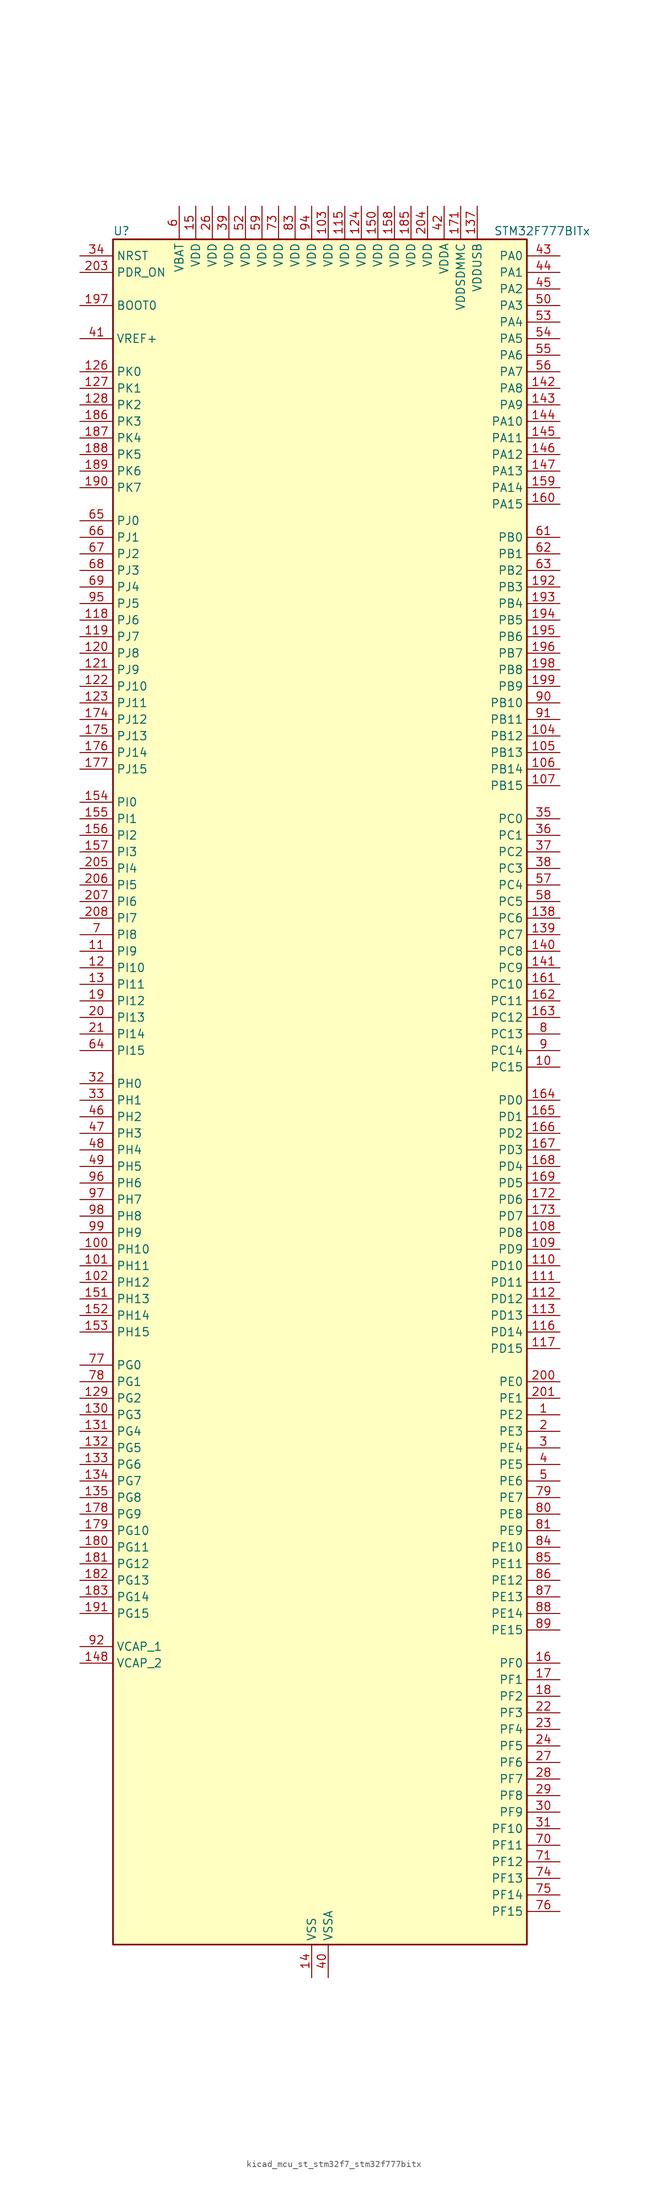
<source format=kicad_sym>
(kicad_symbol_lib
  (version 20220914)
  (generator kicad_symbol_editor)
  (symbol "kicad_mcu_st_stm32f7_stm32f777bitx"
    (property "Reference" "U"
      (at -30.48 133.35 0)
      (effects (font (size 1.27 1.27)) (justify left)))
    (property "Value" "STM32F777BITx"
      (at 27.94 133.35 0)
      (effects (font (size 1.27 1.27)) (justify left)))
    (property "ki_locked" ""
      (at 0 0 0)
      (effects (font (size 1.27 1.27))))
    (symbol "kicad_mcu_st_stm32f7_stm32f777bitx_0_1"
      (rectangle (start -30.48 -129.54) (end 33.02 132.08) (stroke (width 0.254) (type default)) (fill (type background))))
    (symbol "kicad_mcu_st_stm32f7_stm32f777bitx_1_1"
      (pin bidirectional line (at 38.1 -48.26 180) (length 5.08) (name "PE2" (effects (font (size 1.27 1.27)))) (number "1" (effects (font (size 1.27 1.27)))) (alternate "ETH_TXD3" bidirectional line) (alternate "FMC_A23" bidirectional line) (alternate "QUADSPI_BK1_IO2" bidirectional line) (alternate "SAI1_MCLK_A" bidirectional line) (alternate "SPI4_SCK" bidirectional line) (alternate "SYS_TRACECLK" bidirectional line))
      (pin bidirectional line (at 38.1 5.08 180) (length 5.08) (name "PC15" (effects (font (size 1.27 1.27)))) (number "10" (effects (font (size 1.27 1.27)))) (alternate "RCC_OSC32_OUT" bidirectional line))
      (pin bidirectional line (at -35.56 -22.86 0) (length 5.08) (name "PH10" (effects (font (size 1.27 1.27)))) (number "100" (effects (font (size 1.27 1.27)))) (alternate "DCMI_D1" bidirectional line) (alternate "FMC_D18" bidirectional line) (alternate "I2C4_SMBA" bidirectional line) (alternate "LTDC_R4" bidirectional line) (alternate "TIM5_CH1" bidirectional line))
      (pin bidirectional line (at -35.56 -25.4 0) (length 5.08) (name "PH11" (effects (font (size 1.27 1.27)))) (number "101" (effects (font (size 1.27 1.27)))) (alternate "ADC1_EXTI11" bidirectional line) (alternate "ADC2_EXTI11" bidirectional line) (alternate "ADC3_EXTI11" bidirectional line) (alternate "DCMI_D2" bidirectional line) (alternate "FMC_D19" bidirectional line) (alternate "I2C4_SCL" bidirectional line) (alternate "LTDC_R5" bidirectional line) (alternate "TIM5_CH2" bidirectional line))
      (pin bidirectional line (at -35.56 -27.94 0) (length 5.08) (name "PH12" (effects (font (size 1.27 1.27)))) (number "102" (effects (font (size 1.27 1.27)))) (alternate "DCMI_D3" bidirectional line) (alternate "FMC_D20" bidirectional line) (alternate "I2C4_SDA" bidirectional line) (alternate "LTDC_R6" bidirectional line) (alternate "TIM5_CH3" bidirectional line))
      (pin power_in line (at 2.54 137.16 270) (length 5.08) (name "VDD" (effects (font (size 1.27 1.27)))) (number "103" (effects (font (size 1.27 1.27)))))
      (pin bidirectional line (at 38.1 55.88 180) (length 5.08) (name "PB12" (effects (font (size 1.27 1.27)))) (number "104" (effects (font (size 1.27 1.27)))) (alternate "CAN2_RX" bidirectional line) (alternate "DFSDM1_DATIN1" bidirectional line) (alternate "ETH_TXD0" bidirectional line) (alternate "I2C2_SMBA" bidirectional line) (alternate "I2S2_WS" bidirectional line) (alternate "SPI2_NSS" bidirectional line) (alternate "TIM1_BKIN" bidirectional line) (alternate "UART5_RX" bidirectional line) (alternate "USART3_CK" bidirectional line) (alternate "USB_OTG_HS_ID" bidirectional line) (alternate "USB_OTG_HS_ULPI_D5" bidirectional line))
      (pin bidirectional line (at 38.1 53.34 180) (length 5.08) (name "PB13" (effects (font (size 1.27 1.27)))) (number "105" (effects (font (size 1.27 1.27)))) (alternate "CAN2_TX" bidirectional line) (alternate "DFSDM1_CKIN1" bidirectional line) (alternate "ETH_TXD1" bidirectional line) (alternate "I2S2_CK" bidirectional line) (alternate "SPI2_SCK" bidirectional line) (alternate "TIM1_CH1N" bidirectional line) (alternate "UART5_TX" bidirectional line) (alternate "USART3_CTS" bidirectional line) (alternate "USB_OTG_HS_ULPI_D6" bidirectional line) (alternate "USB_OTG_HS_VBUS" bidirectional line))
      (pin bidirectional line (at 38.1 50.8 180) (length 5.08) (name "PB14" (effects (font (size 1.27 1.27)))) (number "106" (effects (font (size 1.27 1.27)))) (alternate "DFSDM1_DATIN2" bidirectional line) (alternate "SDMMC2_D0" bidirectional line) (alternate "SPI2_MISO" bidirectional line) (alternate "TIM12_CH1" bidirectional line) (alternate "TIM1_CH2N" bidirectional line) (alternate "TIM8_CH2N" bidirectional line) (alternate "UART4_DE" bidirectional line) (alternate "UART4_RTS" bidirectional line) (alternate "USART1_TX" bidirectional line) (alternate "USART3_DE" bidirectional line) (alternate "USART3_RTS" bidirectional line) (alternate "USB_OTG_HS_DM" bidirectional line))
      (pin bidirectional line (at 38.1 48.26 180) (length 5.08) (name "PB15" (effects (font (size 1.27 1.27)))) (number "107" (effects (font (size 1.27 1.27)))) (alternate "DFSDM1_CKIN2" bidirectional line) (alternate "I2S2_SD" bidirectional line) (alternate "RTC_REFIN" bidirectional line) (alternate "SDMMC2_D1" bidirectional line) (alternate "SPI2_MOSI" bidirectional line) (alternate "TIM12_CH2" bidirectional line) (alternate "TIM1_CH3N" bidirectional line) (alternate "TIM8_CH3N" bidirectional line) (alternate "UART4_CTS" bidirectional line) (alternate "USART1_RX" bidirectional line) (alternate "USB_OTG_HS_DP" bidirectional line))
      (pin bidirectional line (at 38.1 -20.32 180) (length 5.08) (name "PD8" (effects (font (size 1.27 1.27)))) (number "108" (effects (font (size 1.27 1.27)))) (alternate "DFSDM1_CKIN3" bidirectional line) (alternate "FMC_D13" bidirectional line) (alternate "FMC_DA13" bidirectional line) (alternate "SPDIFRX_IN1" bidirectional line) (alternate "USART3_TX" bidirectional line))
      (pin bidirectional line (at 38.1 -22.86 180) (length 5.08) (name "PD9" (effects (font (size 1.27 1.27)))) (number "109" (effects (font (size 1.27 1.27)))) (alternate "DAC_EXTI9" bidirectional line) (alternate "DFSDM1_DATIN3" bidirectional line) (alternate "FMC_D14" bidirectional line) (alternate "FMC_DA14" bidirectional line) (alternate "USART3_RX" bidirectional line))
      (pin bidirectional line (at -35.56 22.86 0) (length 5.08) (name "PI9" (effects (font (size 1.27 1.27)))) (number "11" (effects (font (size 1.27 1.27)))) (alternate "CAN1_RX" bidirectional line) (alternate "DAC_EXTI9" bidirectional line) (alternate "FMC_D30" bidirectional line) (alternate "LTDC_VSYNC" bidirectional line) (alternate "UART4_RX" bidirectional line))
      (pin bidirectional line (at 38.1 -25.4 180) (length 5.08) (name "PD10" (effects (font (size 1.27 1.27)))) (number "110" (effects (font (size 1.27 1.27)))) (alternate "DFSDM1_CKOUT" bidirectional line) (alternate "FMC_D15" bidirectional line) (alternate "FMC_DA15" bidirectional line) (alternate "LTDC_B3" bidirectional line) (alternate "USART3_CK" bidirectional line))
      (pin bidirectional line (at 38.1 -27.94 180) (length 5.08) (name "PD11" (effects (font (size 1.27 1.27)))) (number "111" (effects (font (size 1.27 1.27)))) (alternate "ADC1_EXTI11" bidirectional line) (alternate "ADC2_EXTI11" bidirectional line) (alternate "ADC3_EXTI11" bidirectional line) (alternate "FMC_A16" bidirectional line) (alternate "FMC_CLE" bidirectional line) (alternate "I2C4_SMBA" bidirectional line) (alternate "QUADSPI_BK1_IO0" bidirectional line) (alternate "SAI2_SD_A" bidirectional line) (alternate "USART3_CTS" bidirectional line))
      (pin bidirectional line (at 38.1 -30.48 180) (length 5.08) (name "PD12" (effects (font (size 1.27 1.27)))) (number "112" (effects (font (size 1.27 1.27)))) (alternate "FMC_A17" bidirectional line) (alternate "FMC_ALE" bidirectional line) (alternate "I2C4_SCL" bidirectional line) (alternate "LPTIM1_IN1" bidirectional line) (alternate "QUADSPI_BK1_IO1" bidirectional line) (alternate "SAI2_FS_A" bidirectional line) (alternate "TIM4_CH1" bidirectional line) (alternate "USART3_DE" bidirectional line) (alternate "USART3_RTS" bidirectional line))
      (pin bidirectional line (at 38.1 -33.02 180) (length 5.08) (name "PD13" (effects (font (size 1.27 1.27)))) (number "113" (effects (font (size 1.27 1.27)))) (alternate "FMC_A18" bidirectional line) (alternate "I2C4_SDA" bidirectional line) (alternate "LPTIM1_OUT" bidirectional line) (alternate "QUADSPI_BK1_IO3" bidirectional line) (alternate "SAI2_SCK_A" bidirectional line) (alternate "TIM4_CH2" bidirectional line))
      (pin passive line (at 0 -134.62 90) (length 5.08) hide (name "VSS" (effects (font (size 1.27 1.27)))) (number "114" (effects (font (size 1.27 1.27)))))
      (pin power_in line (at 5.08 137.16 270) (length 5.08) (name "VDD" (effects (font (size 1.27 1.27)))) (number "115" (effects (font (size 1.27 1.27)))))
      (pin bidirectional line (at 38.1 -35.56 180) (length 5.08) (name "PD14" (effects (font (size 1.27 1.27)))) (number "116" (effects (font (size 1.27 1.27)))) (alternate "FMC_D0" bidirectional line) (alternate "FMC_DA0" bidirectional line) (alternate "TIM4_CH3" bidirectional line) (alternate "UART8_CTS" bidirectional line))
      (pin bidirectional line (at 38.1 -38.1 180) (length 5.08) (name "PD15" (effects (font (size 1.27 1.27)))) (number "117" (effects (font (size 1.27 1.27)))) (alternate "FMC_D1" bidirectional line) (alternate "FMC_DA1" bidirectional line) (alternate "TIM4_CH4" bidirectional line) (alternate "UART8_DE" bidirectional line) (alternate "UART8_RTS" bidirectional line))
      (pin bidirectional line (at -35.56 73.66 0) (length 5.08) (name "PJ6" (effects (font (size 1.27 1.27)))) (number "118" (effects (font (size 1.27 1.27)))) (alternate "LTDC_R7" bidirectional line))
      (pin bidirectional line (at -35.56 71.12 0) (length 5.08) (name "PJ7" (effects (font (size 1.27 1.27)))) (number "119" (effects (font (size 1.27 1.27)))) (alternate "LTDC_G0" bidirectional line))
      (pin bidirectional line (at -35.56 20.32 0) (length 5.08) (name "PI10" (effects (font (size 1.27 1.27)))) (number "12" (effects (font (size 1.27 1.27)))) (alternate "ETH_RX_ER" bidirectional line) (alternate "FMC_D31" bidirectional line) (alternate "LTDC_HSYNC" bidirectional line))
      (pin bidirectional line (at -35.56 68.58 0) (length 5.08) (name "PJ8" (effects (font (size 1.27 1.27)))) (number "120" (effects (font (size 1.27 1.27)))) (alternate "LTDC_G1" bidirectional line))
      (pin bidirectional line (at -35.56 66.04 0) (length 5.08) (name "PJ9" (effects (font (size 1.27 1.27)))) (number "121" (effects (font (size 1.27 1.27)))) (alternate "DAC_EXTI9" bidirectional line) (alternate "LTDC_G2" bidirectional line))
      (pin bidirectional line (at -35.56 63.5 0) (length 5.08) (name "PJ10" (effects (font (size 1.27 1.27)))) (number "122" (effects (font (size 1.27 1.27)))) (alternate "LTDC_G3" bidirectional line))
      (pin bidirectional line (at -35.56 60.96 0) (length 5.08) (name "PJ11" (effects (font (size 1.27 1.27)))) (number "123" (effects (font (size 1.27 1.27)))) (alternate "ADC1_EXTI11" bidirectional line) (alternate "ADC2_EXTI11" bidirectional line) (alternate "ADC3_EXTI11" bidirectional line) (alternate "LTDC_G4" bidirectional line))
      (pin power_in line (at 7.62 137.16 270) (length 5.08) (name "VDD" (effects (font (size 1.27 1.27)))) (number "124" (effects (font (size 1.27 1.27)))))
      (pin passive line (at 0 -134.62 90) (length 5.08) hide (name "VSS" (effects (font (size 1.27 1.27)))) (number "125" (effects (font (size 1.27 1.27)))))
      (pin bidirectional line (at -35.56 111.76 0) (length 5.08) (name "PK0" (effects (font (size 1.27 1.27)))) (number "126" (effects (font (size 1.27 1.27)))) (alternate "LTDC_G5" bidirectional line))
      (pin bidirectional line (at -35.56 109.22 0) (length 5.08) (name "PK1" (effects (font (size 1.27 1.27)))) (number "127" (effects (font (size 1.27 1.27)))) (alternate "LTDC_G6" bidirectional line))
      (pin bidirectional line (at -35.56 106.68 0) (length 5.08) (name "PK2" (effects (font (size 1.27 1.27)))) (number "128" (effects (font (size 1.27 1.27)))) (alternate "LTDC_G7" bidirectional line))
      (pin bidirectional line (at -35.56 -45.72 0) (length 5.08) (name "PG2" (effects (font (size 1.27 1.27)))) (number "129" (effects (font (size 1.27 1.27)))) (alternate "FMC_A12" bidirectional line))
      (pin bidirectional line (at -35.56 17.78 0) (length 5.08) (name "PI11" (effects (font (size 1.27 1.27)))) (number "13" (effects (font (size 1.27 1.27)))) (alternate "ADC1_EXTI11" bidirectional line) (alternate "ADC2_EXTI11" bidirectional line) (alternate "ADC3_EXTI11" bidirectional line) (alternate "LTDC_G6" bidirectional line) (alternate "SYS_WKUP6" bidirectional line) (alternate "USB_OTG_HS_ULPI_DIR" bidirectional line))
      (pin bidirectional line (at -35.56 -48.26 0) (length 5.08) (name "PG3" (effects (font (size 1.27 1.27)))) (number "130" (effects (font (size 1.27 1.27)))) (alternate "FMC_A13" bidirectional line))
      (pin bidirectional line (at -35.56 -50.8 0) (length 5.08) (name "PG4" (effects (font (size 1.27 1.27)))) (number "131" (effects (font (size 1.27 1.27)))) (alternate "FMC_A14" bidirectional line) (alternate "FMC_BA0" bidirectional line))
      (pin bidirectional line (at -35.56 -53.34 0) (length 5.08) (name "PG5" (effects (font (size 1.27 1.27)))) (number "132" (effects (font (size 1.27 1.27)))) (alternate "FMC_A15" bidirectional line) (alternate "FMC_BA1" bidirectional line))
      (pin bidirectional line (at -35.56 -55.88 0) (length 5.08) (name "PG6" (effects (font (size 1.27 1.27)))) (number "133" (effects (font (size 1.27 1.27)))) (alternate "DCMI_D12" bidirectional line) (alternate "FMC_NE3" bidirectional line) (alternate "LTDC_R7" bidirectional line))
      (pin bidirectional line (at -35.56 -58.42 0) (length 5.08) (name "PG7" (effects (font (size 1.27 1.27)))) (number "134" (effects (font (size 1.27 1.27)))) (alternate "DCMI_D13" bidirectional line) (alternate "FMC_INT" bidirectional line) (alternate "LTDC_CLK" bidirectional line) (alternate "SAI1_MCLK_A" bidirectional line) (alternate "USART6_CK" bidirectional line))
      (pin bidirectional line (at -35.56 -60.96 0) (length 5.08) (name "PG8" (effects (font (size 1.27 1.27)))) (number "135" (effects (font (size 1.27 1.27)))) (alternate "ETH_PPS_OUT" bidirectional line) (alternate "FMC_SDCLK" bidirectional line) (alternate "LTDC_G7" bidirectional line) (alternate "SPDIFRX_IN2" bidirectional line) (alternate "SPI6_NSS" bidirectional line) (alternate "USART6_DE" bidirectional line) (alternate "USART6_RTS" bidirectional line))
      (pin passive line (at 0 -134.62 90) (length 5.08) hide (name "VSS" (effects (font (size 1.27 1.27)))) (number "136" (effects (font (size 1.27 1.27)))))
      (pin power_in line (at 25.4 137.16 270) (length 5.08) (name "VDDUSB" (effects (font (size 1.27 1.27)))) (number "137" (effects (font (size 1.27 1.27)))))
      (pin bidirectional line (at 38.1 27.94 180) (length 5.08) (name "PC6" (effects (font (size 1.27 1.27)))) (number "138" (effects (font (size 1.27 1.27)))) (alternate "DCMI_D0" bidirectional line) (alternate "DFSDM1_CKIN3" bidirectional line) (alternate "FMC_NWAIT" bidirectional line) (alternate "I2S2_MCK" bidirectional line) (alternate "LTDC_HSYNC" bidirectional line) (alternate "SDMMC1_D6" bidirectional line) (alternate "SDMMC2_D6" bidirectional line) (alternate "TIM3_CH1" bidirectional line) (alternate "TIM8_CH1" bidirectional line) (alternate "USART6_TX" bidirectional line))
      (pin bidirectional line (at 38.1 25.4 180) (length 5.08) (name "PC7" (effects (font (size 1.27 1.27)))) (number "139" (effects (font (size 1.27 1.27)))) (alternate "DCMI_D1" bidirectional line) (alternate "DFSDM1_DATIN3" bidirectional line) (alternate "FMC_NE1" bidirectional line) (alternate "I2S3_MCK" bidirectional line) (alternate "LTDC_G6" bidirectional line) (alternate "SDMMC1_D7" bidirectional line) (alternate "SDMMC2_D7" bidirectional line) (alternate "TIM3_CH2" bidirectional line) (alternate "TIM8_CH2" bidirectional line) (alternate "USART6_RX" bidirectional line))
      (pin power_in line (at 0 -134.62 90) (length 5.08) (name "VSS" (effects (font (size 1.27 1.27)))) (number "14" (effects (font (size 1.27 1.27)))))
      (pin bidirectional line (at 38.1 22.86 180) (length 5.08) (name "PC8" (effects (font (size 1.27 1.27)))) (number "140" (effects (font (size 1.27 1.27)))) (alternate "DCMI_D2" bidirectional line) (alternate "FMC_NCE" bidirectional line) (alternate "FMC_NE2" bidirectional line) (alternate "SDMMC1_D0" bidirectional line) (alternate "SYS_TRACED1" bidirectional line) (alternate "TIM3_CH3" bidirectional line) (alternate "TIM8_CH3" bidirectional line) (alternate "UART5_DE" bidirectional line) (alternate "UART5_RTS" bidirectional line) (alternate "USART6_CK" bidirectional line))
      (pin bidirectional line (at 38.1 20.32 180) (length 5.08) (name "PC9" (effects (font (size 1.27 1.27)))) (number "141" (effects (font (size 1.27 1.27)))) (alternate "DAC_EXTI9" bidirectional line) (alternate "DCMI_D3" bidirectional line) (alternate "I2C3_SDA" bidirectional line) (alternate "I2S_CKIN" bidirectional line) (alternate "LTDC_B2" bidirectional line) (alternate "LTDC_G3" bidirectional line) (alternate "QUADSPI_BK1_IO0" bidirectional line) (alternate "RCC_MCO_2" bidirectional line) (alternate "SDMMC1_D1" bidirectional line) (alternate "TIM3_CH4" bidirectional line) (alternate "TIM8_CH4" bidirectional line) (alternate "UART5_CTS" bidirectional line))
      (pin bidirectional line (at 38.1 109.22 180) (length 5.08) (name "PA8" (effects (font (size 1.27 1.27)))) (number "142" (effects (font (size 1.27 1.27)))) (alternate "CAN3_RX" bidirectional line) (alternate "I2C3_SCL" bidirectional line) (alternate "LTDC_B3" bidirectional line) (alternate "LTDC_R6" bidirectional line) (alternate "RCC_MCO_1" bidirectional line) (alternate "TIM1_CH1" bidirectional line) (alternate "TIM8_BKIN2" bidirectional line) (alternate "UART7_RX" bidirectional line) (alternate "USART1_CK" bidirectional line) (alternate "USB_OTG_FS_SOF" bidirectional line))
      (pin bidirectional line (at 38.1 106.68 180) (length 5.08) (name "PA9" (effects (font (size 1.27 1.27)))) (number "143" (effects (font (size 1.27 1.27)))) (alternate "DAC_EXTI9" bidirectional line) (alternate "DCMI_D0" bidirectional line) (alternate "I2C3_SMBA" bidirectional line) (alternate "I2S2_CK" bidirectional line) (alternate "LTDC_R5" bidirectional line) (alternate "SPI2_SCK" bidirectional line) (alternate "TIM1_CH2" bidirectional line) (alternate "USART1_TX" bidirectional line) (alternate "USB_OTG_FS_VBUS" bidirectional line))
      (pin bidirectional line (at 38.1 104.14 180) (length 5.08) (name "PA10" (effects (font (size 1.27 1.27)))) (number "144" (effects (font (size 1.27 1.27)))) (alternate "DCMI_D1" bidirectional line) (alternate "LTDC_B1" bidirectional line) (alternate "LTDC_B4" bidirectional line) (alternate "MDIOS_MDIO" bidirectional line) (alternate "TIM1_CH3" bidirectional line) (alternate "USART1_RX" bidirectional line) (alternate "USB_OTG_FS_ID" bidirectional line))
      (pin bidirectional line (at 38.1 101.6 180) (length 5.08) (name "PA11" (effects (font (size 1.27 1.27)))) (number "145" (effects (font (size 1.27 1.27)))) (alternate "ADC1_EXTI11" bidirectional line) (alternate "ADC2_EXTI11" bidirectional line) (alternate "ADC3_EXTI11" bidirectional line) (alternate "CAN1_RX" bidirectional line) (alternate "I2S2_WS" bidirectional line) (alternate "LTDC_R4" bidirectional line) (alternate "SPI2_NSS" bidirectional line) (alternate "TIM1_CH4" bidirectional line) (alternate "UART4_RX" bidirectional line) (alternate "USART1_CTS" bidirectional line) (alternate "USB_OTG_FS_DM" bidirectional line))
      (pin bidirectional line (at 38.1 99.06 180) (length 5.08) (name "PA12" (effects (font (size 1.27 1.27)))) (number "146" (effects (font (size 1.27 1.27)))) (alternate "CAN1_TX" bidirectional line) (alternate "I2S2_CK" bidirectional line) (alternate "LTDC_R5" bidirectional line) (alternate "SAI2_FS_B" bidirectional line) (alternate "SPI2_SCK" bidirectional line) (alternate "TIM1_ETR" bidirectional line) (alternate "UART4_TX" bidirectional line) (alternate "USART1_DE" bidirectional line) (alternate "USART1_RTS" bidirectional line) (alternate "USB_OTG_FS_DP" bidirectional line))
      (pin bidirectional line (at 38.1 96.52 180) (length 5.08) (name "PA13" (effects (font (size 1.27 1.27)))) (number "147" (effects (font (size 1.27 1.27)))) (alternate "SYS_JTMS-SWDIO" bidirectional line))
      (pin power_out line (at -35.56 -86.36 0) (length 5.08) (name "VCAP_2" (effects (font (size 1.27 1.27)))) (number "148" (effects (font (size 1.27 1.27)))))
      (pin passive line (at 0 -134.62 90) (length 5.08) hide (name "VSS" (effects (font (size 1.27 1.27)))) (number "149" (effects (font (size 1.27 1.27)))))
      (pin power_in line (at -17.78 137.16 270) (length 5.08) (name "VDD" (effects (font (size 1.27 1.27)))) (number "15" (effects (font (size 1.27 1.27)))))
      (pin power_in line (at 10.16 137.16 270) (length 5.08) (name "VDD" (effects (font (size 1.27 1.27)))) (number "150" (effects (font (size 1.27 1.27)))))
      (pin bidirectional line (at -35.56 -30.48 0) (length 5.08) (name "PH13" (effects (font (size 1.27 1.27)))) (number "151" (effects (font (size 1.27 1.27)))) (alternate "CAN1_TX" bidirectional line) (alternate "FMC_D21" bidirectional line) (alternate "LTDC_G2" bidirectional line) (alternate "TIM8_CH1N" bidirectional line) (alternate "UART4_TX" bidirectional line))
      (pin bidirectional line (at -35.56 -33.02 0) (length 5.08) (name "PH14" (effects (font (size 1.27 1.27)))) (number "152" (effects (font (size 1.27 1.27)))) (alternate "CAN1_RX" bidirectional line) (alternate "DCMI_D4" bidirectional line) (alternate "FMC_D22" bidirectional line) (alternate "LTDC_G3" bidirectional line) (alternate "TIM8_CH2N" bidirectional line) (alternate "UART4_RX" bidirectional line))
      (pin bidirectional line (at -35.56 -35.56 0) (length 5.08) (name "PH15" (effects (font (size 1.27 1.27)))) (number "153" (effects (font (size 1.27 1.27)))) (alternate "DCMI_D11" bidirectional line) (alternate "FMC_D23" bidirectional line) (alternate "LTDC_G4" bidirectional line) (alternate "TIM8_CH3N" bidirectional line))
      (pin bidirectional line (at -35.56 45.72 0) (length 5.08) (name "PI0" (effects (font (size 1.27 1.27)))) (number "154" (effects (font (size 1.27 1.27)))) (alternate "DCMI_D13" bidirectional line) (alternate "FMC_D24" bidirectional line) (alternate "I2S2_WS" bidirectional line) (alternate "LTDC_G5" bidirectional line) (alternate "SPI2_NSS" bidirectional line) (alternate "TIM5_CH4" bidirectional line))
      (pin bidirectional line (at -35.56 43.18 0) (length 5.08) (name "PI1" (effects (font (size 1.27 1.27)))) (number "155" (effects (font (size 1.27 1.27)))) (alternate "DCMI_D8" bidirectional line) (alternate "FMC_D25" bidirectional line) (alternate "I2S2_CK" bidirectional line) (alternate "LTDC_G6" bidirectional line) (alternate "SPI2_SCK" bidirectional line) (alternate "TIM8_BKIN2" bidirectional line))
      (pin bidirectional line (at -35.56 40.64 0) (length 5.08) (name "PI2" (effects (font (size 1.27 1.27)))) (number "156" (effects (font (size 1.27 1.27)))) (alternate "DCMI_D9" bidirectional line) (alternate "FMC_D26" bidirectional line) (alternate "LTDC_G7" bidirectional line) (alternate "SPI2_MISO" bidirectional line) (alternate "TIM8_CH4" bidirectional line))
      (pin bidirectional line (at -35.56 38.1 0) (length 5.08) (name "PI3" (effects (font (size 1.27 1.27)))) (number "157" (effects (font (size 1.27 1.27)))) (alternate "DCMI_D10" bidirectional line) (alternate "FMC_D27" bidirectional line) (alternate "I2S2_SD" bidirectional line) (alternate "SPI2_MOSI" bidirectional line) (alternate "TIM8_ETR" bidirectional line))
      (pin power_in line (at 12.7 137.16 270) (length 5.08) (name "VDD" (effects (font (size 1.27 1.27)))) (number "158" (effects (font (size 1.27 1.27)))))
      (pin bidirectional line (at 38.1 93.98 180) (length 5.08) (name "PA14" (effects (font (size 1.27 1.27)))) (number "159" (effects (font (size 1.27 1.27)))) (alternate "SYS_JTCK-SWCLK" bidirectional line))
      (pin bidirectional line (at 38.1 -86.36 180) (length 5.08) (name "PF0" (effects (font (size 1.27 1.27)))) (number "16" (effects (font (size 1.27 1.27)))) (alternate "FMC_A0" bidirectional line) (alternate "I2C2_SDA" bidirectional line))
      (pin bidirectional line (at 38.1 91.44 180) (length 5.08) (name "PA15" (effects (font (size 1.27 1.27)))) (number "160" (effects (font (size 1.27 1.27)))) (alternate "CAN3_TX" bidirectional line) (alternate "CEC" bidirectional line) (alternate "I2S1_WS" bidirectional line) (alternate "I2S3_WS" bidirectional line) (alternate "SPI1_NSS" bidirectional line) (alternate "SPI3_NSS" bidirectional line) (alternate "SPI6_NSS" bidirectional line) (alternate "SYS_JTDI" bidirectional line) (alternate "TIM2_CH1" bidirectional line) (alternate "TIM2_ETR" bidirectional line) (alternate "UART4_DE" bidirectional line) (alternate "UART4_RTS" bidirectional line) (alternate "UART7_TX" bidirectional line))
      (pin bidirectional line (at 38.1 17.78 180) (length 5.08) (name "PC10" (effects (font (size 1.27 1.27)))) (number "161" (effects (font (size 1.27 1.27)))) (alternate "DCMI_D8" bidirectional line) (alternate "DFSDM1_CKIN5" bidirectional line) (alternate "I2S3_CK" bidirectional line) (alternate "LTDC_R2" bidirectional line) (alternate "QUADSPI_BK1_IO1" bidirectional line) (alternate "SDMMC1_D2" bidirectional line) (alternate "SPI3_SCK" bidirectional line) (alternate "UART4_TX" bidirectional line) (alternate "USART3_TX" bidirectional line))
      (pin bidirectional line (at 38.1 15.24 180) (length 5.08) (name "PC11" (effects (font (size 1.27 1.27)))) (number "162" (effects (font (size 1.27 1.27)))) (alternate "ADC1_EXTI11" bidirectional line) (alternate "ADC2_EXTI11" bidirectional line) (alternate "ADC3_EXTI11" bidirectional line) (alternate "DCMI_D4" bidirectional line) (alternate "DFSDM1_DATIN5" bidirectional line) (alternate "QUADSPI_BK2_NCS" bidirectional line) (alternate "SDMMC1_D3" bidirectional line) (alternate "SPI3_MISO" bidirectional line) (alternate "UART4_RX" bidirectional line) (alternate "USART3_RX" bidirectional line))
      (pin bidirectional line (at 38.1 12.7 180) (length 5.08) (name "PC12" (effects (font (size 1.27 1.27)))) (number "163" (effects (font (size 1.27 1.27)))) (alternate "DCMI_D9" bidirectional line) (alternate "I2S3_SD" bidirectional line) (alternate "SDMMC1_CK" bidirectional line) (alternate "SPI3_MOSI" bidirectional line) (alternate "SYS_TRACED3" bidirectional line) (alternate "UART5_TX" bidirectional line) (alternate "USART3_CK" bidirectional line))
      (pin bidirectional line (at 38.1 0 180) (length 5.08) (name "PD0" (effects (font (size 1.27 1.27)))) (number "164" (effects (font (size 1.27 1.27)))) (alternate "CAN1_RX" bidirectional line) (alternate "DFSDM1_CKIN6" bidirectional line) (alternate "DFSDM1_DATIN7" bidirectional line) (alternate "FMC_D2" bidirectional line) (alternate "FMC_DA2" bidirectional line) (alternate "UART4_RX" bidirectional line))
      (pin bidirectional line (at 38.1 -2.54 180) (length 5.08) (name "PD1" (effects (font (size 1.27 1.27)))) (number "165" (effects (font (size 1.27 1.27)))) (alternate "CAN1_TX" bidirectional line) (alternate "DFSDM1_CKIN7" bidirectional line) (alternate "DFSDM1_DATIN6" bidirectional line) (alternate "FMC_D3" bidirectional line) (alternate "FMC_DA3" bidirectional line) (alternate "UART4_TX" bidirectional line))
      (pin bidirectional line (at 38.1 -5.08 180) (length 5.08) (name "PD2" (effects (font (size 1.27 1.27)))) (number "166" (effects (font (size 1.27 1.27)))) (alternate "DCMI_D11" bidirectional line) (alternate "SDMMC1_CMD" bidirectional line) (alternate "SYS_TRACED2" bidirectional line) (alternate "TIM3_ETR" bidirectional line) (alternate "UART5_RX" bidirectional line))
      (pin bidirectional line (at 38.1 -7.62 180) (length 5.08) (name "PD3" (effects (font (size 1.27 1.27)))) (number "167" (effects (font (size 1.27 1.27)))) (alternate "DCMI_D5" bidirectional line) (alternate "DFSDM1_CKOUT" bidirectional line) (alternate "DFSDM1_DATIN0" bidirectional line) (alternate "FMC_CLK" bidirectional line) (alternate "I2S2_CK" bidirectional line) (alternate "LTDC_G7" bidirectional line) (alternate "SPI2_SCK" bidirectional line) (alternate "USART2_CTS" bidirectional line))
      (pin bidirectional line (at 38.1 -10.16 180) (length 5.08) (name "PD4" (effects (font (size 1.27 1.27)))) (number "168" (effects (font (size 1.27 1.27)))) (alternate "DFSDM1_CKIN0" bidirectional line) (alternate "FMC_NOE" bidirectional line) (alternate "USART2_DE" bidirectional line) (alternate "USART2_RTS" bidirectional line))
      (pin bidirectional line (at 38.1 -12.7 180) (length 5.08) (name "PD5" (effects (font (size 1.27 1.27)))) (number "169" (effects (font (size 1.27 1.27)))) (alternate "FMC_NWE" bidirectional line) (alternate "USART2_TX" bidirectional line))
      (pin bidirectional line (at 38.1 -88.9 180) (length 5.08) (name "PF1" (effects (font (size 1.27 1.27)))) (number "17" (effects (font (size 1.27 1.27)))) (alternate "FMC_A1" bidirectional line) (alternate "I2C2_SCL" bidirectional line))
      (pin passive line (at 0 -134.62 90) (length 5.08) hide (name "VSS" (effects (font (size 1.27 1.27)))) (number "170" (effects (font (size 1.27 1.27)))))
      (pin power_in line (at 22.86 137.16 270) (length 5.08) (name "VDDSDMMC" (effects (font (size 1.27 1.27)))) (number "171" (effects (font (size 1.27 1.27)))))
      (pin bidirectional line (at 38.1 -15.24 180) (length 5.08) (name "PD6" (effects (font (size 1.27 1.27)))) (number "172" (effects (font (size 1.27 1.27)))) (alternate "DCMI_D10" bidirectional line) (alternate "DFSDM1_CKIN4" bidirectional line) (alternate "DFSDM1_DATIN1" bidirectional line) (alternate "FMC_NWAIT" bidirectional line) (alternate "I2S3_SD" bidirectional line) (alternate "LTDC_B2" bidirectional line) (alternate "SAI1_SD_A" bidirectional line) (alternate "SDMMC2_CK" bidirectional line) (alternate "SPI3_MOSI" bidirectional line) (alternate "USART2_RX" bidirectional line))
      (pin bidirectional line (at 38.1 -17.78 180) (length 5.08) (name "PD7" (effects (font (size 1.27 1.27)))) (number "173" (effects (font (size 1.27 1.27)))) (alternate "DFSDM1_CKIN1" bidirectional line) (alternate "DFSDM1_DATIN4" bidirectional line) (alternate "FMC_NE1" bidirectional line) (alternate "I2S1_SD" bidirectional line) (alternate "SDMMC2_CMD" bidirectional line) (alternate "SPDIFRX_IN0" bidirectional line) (alternate "SPI1_MOSI" bidirectional line) (alternate "USART2_CK" bidirectional line))
      (pin bidirectional line (at -35.56 58.42 0) (length 5.08) (name "PJ12" (effects (font (size 1.27 1.27)))) (number "174" (effects (font (size 1.27 1.27)))) (alternate "LTDC_B0" bidirectional line) (alternate "LTDC_G3" bidirectional line))
      (pin bidirectional line (at -35.56 55.88 0) (length 5.08) (name "PJ13" (effects (font (size 1.27 1.27)))) (number "175" (effects (font (size 1.27 1.27)))) (alternate "LTDC_B1" bidirectional line) (alternate "LTDC_G4" bidirectional line))
      (pin bidirectional line (at -35.56 53.34 0) (length 5.08) (name "PJ14" (effects (font (size 1.27 1.27)))) (number "176" (effects (font (size 1.27 1.27)))) (alternate "LTDC_B2" bidirectional line))
      (pin bidirectional line (at -35.56 50.8 0) (length 5.08) (name "PJ15" (effects (font (size 1.27 1.27)))) (number "177" (effects (font (size 1.27 1.27)))) (alternate "LTDC_B3" bidirectional line))
      (pin bidirectional line (at -35.56 -63.5 0) (length 5.08) (name "PG9" (effects (font (size 1.27 1.27)))) (number "178" (effects (font (size 1.27 1.27)))) (alternate "DAC_EXTI9" bidirectional line) (alternate "DCMI_VSYNC" bidirectional line) (alternate "FMC_NCE" bidirectional line) (alternate "FMC_NE2" bidirectional line) (alternate "QUADSPI_BK2_IO2" bidirectional line) (alternate "SAI2_FS_B" bidirectional line) (alternate "SDMMC2_D0" bidirectional line) (alternate "SPDIFRX_IN3" bidirectional line) (alternate "SPI1_MISO" bidirectional line) (alternate "USART6_RX" bidirectional line))
      (pin bidirectional line (at -35.56 -66.04 0) (length 5.08) (name "PG10" (effects (font (size 1.27 1.27)))) (number "179" (effects (font (size 1.27 1.27)))) (alternate "DCMI_D2" bidirectional line) (alternate "FMC_NE3" bidirectional line) (alternate "I2S1_WS" bidirectional line) (alternate "LTDC_B2" bidirectional line) (alternate "LTDC_G3" bidirectional line) (alternate "SAI2_SD_B" bidirectional line) (alternate "SDMMC2_D1" bidirectional line) (alternate "SPI1_NSS" bidirectional line))
      (pin bidirectional line (at 38.1 -91.44 180) (length 5.08) (name "PF2" (effects (font (size 1.27 1.27)))) (number "18" (effects (font (size 1.27 1.27)))) (alternate "FMC_A2" bidirectional line) (alternate "I2C2_SMBA" bidirectional line))
      (pin bidirectional line (at -35.56 -68.58 0) (length 5.08) (name "PG11" (effects (font (size 1.27 1.27)))) (number "180" (effects (font (size 1.27 1.27)))) (alternate "ADC1_EXTI11" bidirectional line) (alternate "ADC2_EXTI11" bidirectional line) (alternate "ADC3_EXTI11" bidirectional line) (alternate "DCMI_D3" bidirectional line) (alternate "ETH_TX_EN" bidirectional line) (alternate "I2S1_CK" bidirectional line) (alternate "LTDC_B3" bidirectional line) (alternate "SDMMC2_D2" bidirectional line) (alternate "SPDIFRX_IN0" bidirectional line) (alternate "SPI1_SCK" bidirectional line))
      (pin bidirectional line (at -35.56 -71.12 0) (length 5.08) (name "PG12" (effects (font (size 1.27 1.27)))) (number "181" (effects (font (size 1.27 1.27)))) (alternate "FMC_NE4" bidirectional line) (alternate "LPTIM1_IN1" bidirectional line) (alternate "LTDC_B1" bidirectional line) (alternate "LTDC_B4" bidirectional line) (alternate "SDMMC2_D3" bidirectional line) (alternate "SPDIFRX_IN1" bidirectional line) (alternate "SPI6_MISO" bidirectional line) (alternate "USART6_DE" bidirectional line) (alternate "USART6_RTS" bidirectional line))
      (pin bidirectional line (at -35.56 -73.66 0) (length 5.08) (name "PG13" (effects (font (size 1.27 1.27)))) (number "182" (effects (font (size 1.27 1.27)))) (alternate "ETH_TXD0" bidirectional line) (alternate "FMC_A24" bidirectional line) (alternate "LPTIM1_OUT" bidirectional line) (alternate "LTDC_R0" bidirectional line) (alternate "SPI6_SCK" bidirectional line) (alternate "SYS_TRACED0" bidirectional line) (alternate "USART6_CTS" bidirectional line))
      (pin bidirectional line (at -35.56 -76.2 0) (length 5.08) (name "PG14" (effects (font (size 1.27 1.27)))) (number "183" (effects (font (size 1.27 1.27)))) (alternate "ETH_TXD1" bidirectional line) (alternate "FMC_A25" bidirectional line) (alternate "LPTIM1_ETR" bidirectional line) (alternate "LTDC_B0" bidirectional line) (alternate "QUADSPI_BK2_IO3" bidirectional line) (alternate "SPI6_MOSI" bidirectional line) (alternate "SYS_TRACED1" bidirectional line) (alternate "USART6_TX" bidirectional line))
      (pin passive line (at 0 -134.62 90) (length 5.08) hide (name "VSS" (effects (font (size 1.27 1.27)))) (number "184" (effects (font (size 1.27 1.27)))))
      (pin power_in line (at 15.24 137.16 270) (length 5.08) (name "VDD" (effects (font (size 1.27 1.27)))) (number "185" (effects (font (size 1.27 1.27)))))
      (pin bidirectional line (at -35.56 104.14 0) (length 5.08) (name "PK3" (effects (font (size 1.27 1.27)))) (number "186" (effects (font (size 1.27 1.27)))) (alternate "LTDC_B4" bidirectional line))
      (pin bidirectional line (at -35.56 101.6 0) (length 5.08) (name "PK4" (effects (font (size 1.27 1.27)))) (number "187" (effects (font (size 1.27 1.27)))) (alternate "LTDC_B5" bidirectional line))
      (pin bidirectional line (at -35.56 99.06 0) (length 5.08) (name "PK5" (effects (font (size 1.27 1.27)))) (number "188" (effects (font (size 1.27 1.27)))) (alternate "LTDC_B6" bidirectional line))
      (pin bidirectional line (at -35.56 96.52 0) (length 5.08) (name "PK6" (effects (font (size 1.27 1.27)))) (number "189" (effects (font (size 1.27 1.27)))) (alternate "LTDC_B7" bidirectional line))
      (pin bidirectional line (at -35.56 15.24 0) (length 5.08) (name "PI12" (effects (font (size 1.27 1.27)))) (number "19" (effects (font (size 1.27 1.27)))) (alternate "LTDC_HSYNC" bidirectional line))
      (pin bidirectional line (at -35.56 93.98 0) (length 5.08) (name "PK7" (effects (font (size 1.27 1.27)))) (number "190" (effects (font (size 1.27 1.27)))) (alternate "LTDC_DE" bidirectional line))
      (pin bidirectional line (at -35.56 -78.74 0) (length 5.08) (name "PG15" (effects (font (size 1.27 1.27)))) (number "191" (effects (font (size 1.27 1.27)))) (alternate "DCMI_D13" bidirectional line) (alternate "FMC_SDNCAS" bidirectional line) (alternate "USART6_CTS" bidirectional line))
      (pin bidirectional line (at 38.1 78.74 180) (length 5.08) (name "PB3" (effects (font (size 1.27 1.27)))) (number "192" (effects (font (size 1.27 1.27)))) (alternate "CAN3_RX" bidirectional line) (alternate "I2S1_CK" bidirectional line) (alternate "I2S3_CK" bidirectional line) (alternate "SDMMC2_D2" bidirectional line) (alternate "SPI1_SCK" bidirectional line) (alternate "SPI3_SCK" bidirectional line) (alternate "SPI6_SCK" bidirectional line) (alternate "SYS_JTDO-SWO" bidirectional line) (alternate "TIM2_CH2" bidirectional line) (alternate "UART7_RX" bidirectional line))
      (pin bidirectional line (at 38.1 76.2 180) (length 5.08) (name "PB4" (effects (font (size 1.27 1.27)))) (number "193" (effects (font (size 1.27 1.27)))) (alternate "CAN3_TX" bidirectional line) (alternate "I2S2_WS" bidirectional line) (alternate "SDMMC2_D3" bidirectional line) (alternate "SPI1_MISO" bidirectional line) (alternate "SPI2_NSS" bidirectional line) (alternate "SPI3_MISO" bidirectional line) (alternate "SPI6_MISO" bidirectional line) (alternate "SYS_JTRST" bidirectional line) (alternate "TIM3_CH1" bidirectional line) (alternate "UART7_TX" bidirectional line))
      (pin bidirectional line (at 38.1 73.66 180) (length 5.08) (name "PB5" (effects (font (size 1.27 1.27)))) (number "194" (effects (font (size 1.27 1.27)))) (alternate "CAN2_RX" bidirectional line) (alternate "DCMI_D10" bidirectional line) (alternate "ETH_PPS_OUT" bidirectional line) (alternate "FMC_SDCKE1" bidirectional line) (alternate "I2C1_SMBA" bidirectional line) (alternate "I2S1_SD" bidirectional line) (alternate "I2S3_SD" bidirectional line) (alternate "LTDC_G7" bidirectional line) (alternate "SPI1_MOSI" bidirectional line) (alternate "SPI3_MOSI" bidirectional line) (alternate "SPI6_MOSI" bidirectional line) (alternate "TIM3_CH2" bidirectional line) (alternate "UART5_RX" bidirectional line) (alternate "USB_OTG_HS_ULPI_D7" bidirectional line))
      (pin bidirectional line (at 38.1 71.12 180) (length 5.08) (name "PB6" (effects (font (size 1.27 1.27)))) (number "195" (effects (font (size 1.27 1.27)))) (alternate "CAN2_TX" bidirectional line) (alternate "CEC" bidirectional line) (alternate "DCMI_D5" bidirectional line) (alternate "DFSDM1_DATIN5" bidirectional line) (alternate "FMC_SDNE1" bidirectional line) (alternate "I2C1_SCL" bidirectional line) (alternate "I2C4_SCL" bidirectional line) (alternate "QUADSPI_BK1_NCS" bidirectional line) (alternate "TIM4_CH1" bidirectional line) (alternate "UART5_TX" bidirectional line) (alternate "USART1_TX" bidirectional line))
      (pin bidirectional line (at 38.1 68.58 180) (length 5.08) (name "PB7" (effects (font (size 1.27 1.27)))) (number "196" (effects (font (size 1.27 1.27)))) (alternate "DCMI_VSYNC" bidirectional line) (alternate "DFSDM1_CKIN5" bidirectional line) (alternate "FMC_NL" bidirectional line) (alternate "I2C1_SDA" bidirectional line) (alternate "I2C4_SDA" bidirectional line) (alternate "TIM4_CH2" bidirectional line) (alternate "USART1_RX" bidirectional line))
      (pin input line (at -35.56 121.92 0) (length 5.08) (name "BOOT0" (effects (font (size 1.27 1.27)))) (number "197" (effects (font (size 1.27 1.27)))))
      (pin bidirectional line (at 38.1 66.04 180) (length 5.08) (name "PB8" (effects (font (size 1.27 1.27)))) (number "198" (effects (font (size 1.27 1.27)))) (alternate "CAN1_RX" bidirectional line) (alternate "DCMI_D6" bidirectional line) (alternate "DFSDM1_CKIN7" bidirectional line) (alternate "ETH_TXD3" bidirectional line) (alternate "I2C1_SCL" bidirectional line) (alternate "I2C4_SCL" bidirectional line) (alternate "LTDC_B6" bidirectional line) (alternate "SDMMC1_D4" bidirectional line) (alternate "SDMMC2_D4" bidirectional line) (alternate "TIM10_CH1" bidirectional line) (alternate "TIM4_CH3" bidirectional line) (alternate "UART5_RX" bidirectional line))
      (pin bidirectional line (at 38.1 63.5 180) (length 5.08) (name "PB9" (effects (font (size 1.27 1.27)))) (number "199" (effects (font (size 1.27 1.27)))) (alternate "CAN1_TX" bidirectional line) (alternate "DAC_EXTI9" bidirectional line) (alternate "DCMI_D7" bidirectional line) (alternate "DFSDM1_DATIN7" bidirectional line) (alternate "I2C1_SDA" bidirectional line) (alternate "I2C4_SDA" bidirectional line) (alternate "I2C4_SMBA" bidirectional line) (alternate "I2S2_WS" bidirectional line) (alternate "LTDC_B7" bidirectional line) (alternate "SDMMC1_D5" bidirectional line) (alternate "SDMMC2_D5" bidirectional line) (alternate "SPI2_NSS" bidirectional line) (alternate "TIM11_CH1" bidirectional line) (alternate "TIM4_CH4" bidirectional line) (alternate "UART5_TX" bidirectional line))
      (pin bidirectional line (at 38.1 -50.8 180) (length 5.08) (name "PE3" (effects (font (size 1.27 1.27)))) (number "2" (effects (font (size 1.27 1.27)))) (alternate "FMC_A19" bidirectional line) (alternate "SAI1_SD_B" bidirectional line) (alternate "SYS_TRACED0" bidirectional line))
      (pin bidirectional line (at -35.56 12.7 0) (length 5.08) (name "PI13" (effects (font (size 1.27 1.27)))) (number "20" (effects (font (size 1.27 1.27)))) (alternate "LTDC_VSYNC" bidirectional line))
      (pin bidirectional line (at 38.1 -43.18 180) (length 5.08) (name "PE0" (effects (font (size 1.27 1.27)))) (number "200" (effects (font (size 1.27 1.27)))) (alternate "DCMI_D2" bidirectional line) (alternate "FMC_NBL0" bidirectional line) (alternate "LPTIM1_ETR" bidirectional line) (alternate "SAI2_MCLK_A" bidirectional line) (alternate "TIM4_ETR" bidirectional line) (alternate "UART8_RX" bidirectional line))
      (pin bidirectional line (at 38.1 -45.72 180) (length 5.08) (name "PE1" (effects (font (size 1.27 1.27)))) (number "201" (effects (font (size 1.27 1.27)))) (alternate "DCMI_D3" bidirectional line) (alternate "FMC_NBL1" bidirectional line) (alternate "LPTIM1_IN2" bidirectional line) (alternate "UART8_TX" bidirectional line))
      (pin passive line (at 0 -134.62 90) (length 5.08) hide (name "VSS" (effects (font (size 1.27 1.27)))) (number "202" (effects (font (size 1.27 1.27)))))
      (pin input line (at -35.56 127 0) (length 5.08) (name "PDR_ON" (effects (font (size 1.27 1.27)))) (number "203" (effects (font (size 1.27 1.27)))))
      (pin power_in line (at 17.78 137.16 270) (length 5.08) (name "VDD" (effects (font (size 1.27 1.27)))) (number "204" (effects (font (size 1.27 1.27)))))
      (pin bidirectional line (at -35.56 35.56 0) (length 5.08) (name "PI4" (effects (font (size 1.27 1.27)))) (number "205" (effects (font (size 1.27 1.27)))) (alternate "DCMI_D5" bidirectional line) (alternate "FMC_NBL2" bidirectional line) (alternate "LTDC_B4" bidirectional line) (alternate "SAI2_MCLK_A" bidirectional line) (alternate "TIM8_BKIN" bidirectional line))
      (pin bidirectional line (at -35.56 33.02 0) (length 5.08) (name "PI5" (effects (font (size 1.27 1.27)))) (number "206" (effects (font (size 1.27 1.27)))) (alternate "DCMI_VSYNC" bidirectional line) (alternate "FMC_NBL3" bidirectional line) (alternate "LTDC_B5" bidirectional line) (alternate "SAI2_SCK_A" bidirectional line) (alternate "TIM8_CH1" bidirectional line))
      (pin bidirectional line (at -35.56 30.48 0) (length 5.08) (name "PI6" (effects (font (size 1.27 1.27)))) (number "207" (effects (font (size 1.27 1.27)))) (alternate "DCMI_D6" bidirectional line) (alternate "FMC_D28" bidirectional line) (alternate "LTDC_B6" bidirectional line) (alternate "SAI2_SD_A" bidirectional line) (alternate "TIM8_CH2" bidirectional line))
      (pin bidirectional line (at -35.56 27.94 0) (length 5.08) (name "PI7" (effects (font (size 1.27 1.27)))) (number "208" (effects (font (size 1.27 1.27)))) (alternate "DCMI_D7" bidirectional line) (alternate "FMC_D29" bidirectional line) (alternate "LTDC_B7" bidirectional line) (alternate "SAI2_FS_A" bidirectional line) (alternate "TIM8_CH3" bidirectional line))
      (pin bidirectional line (at -35.56 10.16 0) (length 5.08) (name "PI14" (effects (font (size 1.27 1.27)))) (number "21" (effects (font (size 1.27 1.27)))) (alternate "LTDC_CLK" bidirectional line))
      (pin bidirectional line (at 38.1 -93.98 180) (length 5.08) (name "PF3" (effects (font (size 1.27 1.27)))) (number "22" (effects (font (size 1.27 1.27)))) (alternate "ADC3_IN9" bidirectional line) (alternate "FMC_A3" bidirectional line))
      (pin bidirectional line (at 38.1 -96.52 180) (length 5.08) (name "PF4" (effects (font (size 1.27 1.27)))) (number "23" (effects (font (size 1.27 1.27)))) (alternate "ADC3_IN14" bidirectional line) (alternate "FMC_A4" bidirectional line))
      (pin bidirectional line (at 38.1 -99.06 180) (length 5.08) (name "PF5" (effects (font (size 1.27 1.27)))) (number "24" (effects (font (size 1.27 1.27)))) (alternate "ADC3_IN15" bidirectional line) (alternate "FMC_A5" bidirectional line))
      (pin passive line (at 0 -134.62 90) (length 5.08) hide (name "VSS" (effects (font (size 1.27 1.27)))) (number "25" (effects (font (size 1.27 1.27)))))
      (pin power_in line (at -15.24 137.16 270) (length 5.08) (name "VDD" (effects (font (size 1.27 1.27)))) (number "26" (effects (font (size 1.27 1.27)))))
      (pin bidirectional line (at 38.1 -101.6 180) (length 5.08) (name "PF6" (effects (font (size 1.27 1.27)))) (number "27" (effects (font (size 1.27 1.27)))) (alternate "ADC3_IN4" bidirectional line) (alternate "QUADSPI_BK1_IO3" bidirectional line) (alternate "SAI1_SD_B" bidirectional line) (alternate "SPI5_NSS" bidirectional line) (alternate "TIM10_CH1" bidirectional line) (alternate "UART7_RX" bidirectional line))
      (pin bidirectional line (at 38.1 -104.14 180) (length 5.08) (name "PF7" (effects (font (size 1.27 1.27)))) (number "28" (effects (font (size 1.27 1.27)))) (alternate "ADC3_IN5" bidirectional line) (alternate "QUADSPI_BK1_IO2" bidirectional line) (alternate "SAI1_MCLK_B" bidirectional line) (alternate "SPI5_SCK" bidirectional line) (alternate "TIM11_CH1" bidirectional line) (alternate "UART7_TX" bidirectional line))
      (pin bidirectional line (at 38.1 -106.68 180) (length 5.08) (name "PF8" (effects (font (size 1.27 1.27)))) (number "29" (effects (font (size 1.27 1.27)))) (alternate "ADC3_IN6" bidirectional line) (alternate "QUADSPI_BK1_IO0" bidirectional line) (alternate "SAI1_SCK_B" bidirectional line) (alternate "SPI5_MISO" bidirectional line) (alternate "TIM13_CH1" bidirectional line) (alternate "UART7_DE" bidirectional line) (alternate "UART7_RTS" bidirectional line))
      (pin bidirectional line (at 38.1 -53.34 180) (length 5.08) (name "PE4" (effects (font (size 1.27 1.27)))) (number "3" (effects (font (size 1.27 1.27)))) (alternate "DCMI_D4" bidirectional line) (alternate "DFSDM1_DATIN3" bidirectional line) (alternate "FMC_A20" bidirectional line) (alternate "LTDC_B0" bidirectional line) (alternate "SAI1_FS_A" bidirectional line) (alternate "SPI4_NSS" bidirectional line) (alternate "SYS_TRACED1" bidirectional line))
      (pin bidirectional line (at 38.1 -109.22 180) (length 5.08) (name "PF9" (effects (font (size 1.27 1.27)))) (number "30" (effects (font (size 1.27 1.27)))) (alternate "ADC3_IN7" bidirectional line) (alternate "DAC_EXTI9" bidirectional line) (alternate "QUADSPI_BK1_IO1" bidirectional line) (alternate "SAI1_FS_B" bidirectional line) (alternate "SPI5_MOSI" bidirectional line) (alternate "TIM14_CH1" bidirectional line) (alternate "UART7_CTS" bidirectional line))
      (pin bidirectional line (at 38.1 -111.76 180) (length 5.08) (name "PF10" (effects (font (size 1.27 1.27)))) (number "31" (effects (font (size 1.27 1.27)))) (alternate "ADC3_IN8" bidirectional line) (alternate "DCMI_D11" bidirectional line) (alternate "LTDC_DE" bidirectional line) (alternate "QUADSPI_CLK" bidirectional line))
      (pin bidirectional line (at -35.56 2.54 0) (length 5.08) (name "PH0" (effects (font (size 1.27 1.27)))) (number "32" (effects (font (size 1.27 1.27)))) (alternate "RCC_OSC_IN" bidirectional line))
      (pin bidirectional line (at -35.56 0 0) (length 5.08) (name "PH1" (effects (font (size 1.27 1.27)))) (number "33" (effects (font (size 1.27 1.27)))) (alternate "RCC_OSC_OUT" bidirectional line))
      (pin input line (at -35.56 129.54 0) (length 5.08) (name "NRST" (effects (font (size 1.27 1.27)))) (number "34" (effects (font (size 1.27 1.27)))))
      (pin bidirectional line (at 38.1 43.18 180) (length 5.08) (name "PC0" (effects (font (size 1.27 1.27)))) (number "35" (effects (font (size 1.27 1.27)))) (alternate "ADC1_IN10" bidirectional line) (alternate "ADC2_IN10" bidirectional line) (alternate "ADC3_IN10" bidirectional line) (alternate "DFSDM1_CKIN0" bidirectional line) (alternate "DFSDM1_DATIN4" bidirectional line) (alternate "FMC_SDNWE" bidirectional line) (alternate "LTDC_R5" bidirectional line) (alternate "SAI2_FS_B" bidirectional line) (alternate "USB_OTG_HS_ULPI_STP" bidirectional line))
      (pin bidirectional line (at 38.1 40.64 180) (length 5.08) (name "PC1" (effects (font (size 1.27 1.27)))) (number "36" (effects (font (size 1.27 1.27)))) (alternate "ADC1_IN11" bidirectional line) (alternate "ADC2_IN11" bidirectional line) (alternate "ADC3_IN11" bidirectional line) (alternate "DFSDM1_CKIN4" bidirectional line) (alternate "DFSDM1_DATIN0" bidirectional line) (alternate "ETH_MDC" bidirectional line) (alternate "I2S2_SD" bidirectional line) (alternate "MDIOS_MDC" bidirectional line) (alternate "RTC_TAMP3" bidirectional line) (alternate "RTC_TS" bidirectional line) (alternate "SAI1_SD_A" bidirectional line) (alternate "SPI2_MOSI" bidirectional line) (alternate "SYS_TRACED0" bidirectional line) (alternate "SYS_WKUP3" bidirectional line))
      (pin bidirectional line (at 38.1 38.1 180) (length 5.08) (name "PC2" (effects (font (size 1.27 1.27)))) (number "37" (effects (font (size 1.27 1.27)))) (alternate "ADC1_IN12" bidirectional line) (alternate "ADC2_IN12" bidirectional line) (alternate "ADC3_IN12" bidirectional line) (alternate "DFSDM1_CKIN1" bidirectional line) (alternate "DFSDM1_CKOUT" bidirectional line) (alternate "ETH_TXD2" bidirectional line) (alternate "FMC_SDNE0" bidirectional line) (alternate "SPI2_MISO" bidirectional line) (alternate "USB_OTG_HS_ULPI_DIR" bidirectional line))
      (pin bidirectional line (at 38.1 35.56 180) (length 5.08) (name "PC3" (effects (font (size 1.27 1.27)))) (number "38" (effects (font (size 1.27 1.27)))) (alternate "ADC1_IN13" bidirectional line) (alternate "ADC2_IN13" bidirectional line) (alternate "ADC3_IN13" bidirectional line) (alternate "DFSDM1_DATIN1" bidirectional line) (alternate "ETH_TX_CLK" bidirectional line) (alternate "FMC_SDCKE0" bidirectional line) (alternate "I2S2_SD" bidirectional line) (alternate "SPI2_MOSI" bidirectional line) (alternate "USB_OTG_HS_ULPI_NXT" bidirectional line))
      (pin power_in line (at -12.7 137.16 270) (length 5.08) (name "VDD" (effects (font (size 1.27 1.27)))) (number "39" (effects (font (size 1.27 1.27)))))
      (pin bidirectional line (at 38.1 -55.88 180) (length 5.08) (name "PE5" (effects (font (size 1.27 1.27)))) (number "4" (effects (font (size 1.27 1.27)))) (alternate "DCMI_D6" bidirectional line) (alternate "DFSDM1_CKIN3" bidirectional line) (alternate "FMC_A21" bidirectional line) (alternate "LTDC_G0" bidirectional line) (alternate "SAI1_SCK_A" bidirectional line) (alternate "SPI4_MISO" bidirectional line) (alternate "SYS_TRACED2" bidirectional line) (alternate "TIM9_CH1" bidirectional line))
      (pin power_in line (at 2.54 -134.62 90) (length 5.08) (name "VSSA" (effects (font (size 1.27 1.27)))) (number "40" (effects (font (size 1.27 1.27)))))
      (pin input line (at -35.56 116.84 0) (length 5.08) (name "VREF+" (effects (font (size 1.27 1.27)))) (number "41" (effects (font (size 1.27 1.27)))))
      (pin power_in line (at 20.32 137.16 270) (length 5.08) (name "VDDA" (effects (font (size 1.27 1.27)))) (number "42" (effects (font (size 1.27 1.27)))))
      (pin bidirectional line (at 38.1 129.54 180) (length 5.08) (name "PA0" (effects (font (size 1.27 1.27)))) (number "43" (effects (font (size 1.27 1.27)))) (alternate "ADC1_IN0" bidirectional line) (alternate "ADC2_IN0" bidirectional line) (alternate "ADC3_IN0" bidirectional line) (alternate "ETH_CRS" bidirectional line) (alternate "SAI2_SD_B" bidirectional line) (alternate "SYS_WKUP1" bidirectional line) (alternate "TIM2_CH1" bidirectional line) (alternate "TIM2_ETR" bidirectional line) (alternate "TIM5_CH1" bidirectional line) (alternate "TIM8_ETR" bidirectional line) (alternate "UART4_TX" bidirectional line) (alternate "USART2_CTS" bidirectional line))
      (pin bidirectional line (at 38.1 127 180) (length 5.08) (name "PA1" (effects (font (size 1.27 1.27)))) (number "44" (effects (font (size 1.27 1.27)))) (alternate "ADC1_IN1" bidirectional line) (alternate "ADC2_IN1" bidirectional line) (alternate "ADC3_IN1" bidirectional line) (alternate "ETH_REF_CLK" bidirectional line) (alternate "ETH_RX_CLK" bidirectional line) (alternate "LTDC_R2" bidirectional line) (alternate "QUADSPI_BK1_IO3" bidirectional line) (alternate "SAI2_MCLK_B" bidirectional line) (alternate "TIM2_CH2" bidirectional line) (alternate "TIM5_CH2" bidirectional line) (alternate "UART4_RX" bidirectional line) (alternate "USART2_DE" bidirectional line) (alternate "USART2_RTS" bidirectional line))
      (pin bidirectional line (at 38.1 124.46 180) (length 5.08) (name "PA2" (effects (font (size 1.27 1.27)))) (number "45" (effects (font (size 1.27 1.27)))) (alternate "ADC1_IN2" bidirectional line) (alternate "ADC2_IN2" bidirectional line) (alternate "ADC3_IN2" bidirectional line) (alternate "ETH_MDIO" bidirectional line) (alternate "LTDC_R1" bidirectional line) (alternate "MDIOS_MDIO" bidirectional line) (alternate "SAI2_SCK_B" bidirectional line) (alternate "SYS_WKUP2" bidirectional line) (alternate "TIM2_CH3" bidirectional line) (alternate "TIM5_CH3" bidirectional line) (alternate "TIM9_CH1" bidirectional line) (alternate "USART2_TX" bidirectional line))
      (pin bidirectional line (at -35.56 -2.54 0) (length 5.08) (name "PH2" (effects (font (size 1.27 1.27)))) (number "46" (effects (font (size 1.27 1.27)))) (alternate "ETH_CRS" bidirectional line) (alternate "FMC_SDCKE0" bidirectional line) (alternate "LPTIM1_IN2" bidirectional line) (alternate "LTDC_R0" bidirectional line) (alternate "QUADSPI_BK2_IO0" bidirectional line) (alternate "SAI2_SCK_B" bidirectional line))
      (pin bidirectional line (at -35.56 -5.08 0) (length 5.08) (name "PH3" (effects (font (size 1.27 1.27)))) (number "47" (effects (font (size 1.27 1.27)))) (alternate "ETH_COL" bidirectional line) (alternate "FMC_SDNE0" bidirectional line) (alternate "LTDC_R1" bidirectional line) (alternate "QUADSPI_BK2_IO1" bidirectional line) (alternate "SAI2_MCLK_B" bidirectional line))
      (pin bidirectional line (at -35.56 -7.62 0) (length 5.08) (name "PH4" (effects (font (size 1.27 1.27)))) (number "48" (effects (font (size 1.27 1.27)))) (alternate "I2C2_SCL" bidirectional line) (alternate "LTDC_G4" bidirectional line) (alternate "LTDC_G5" bidirectional line) (alternate "USB_OTG_HS_ULPI_NXT" bidirectional line))
      (pin bidirectional line (at -35.56 -10.16 0) (length 5.08) (name "PH5" (effects (font (size 1.27 1.27)))) (number "49" (effects (font (size 1.27 1.27)))) (alternate "FMC_SDNWE" bidirectional line) (alternate "I2C2_SDA" bidirectional line) (alternate "SPI5_NSS" bidirectional line))
      (pin bidirectional line (at 38.1 -58.42 180) (length 5.08) (name "PE6" (effects (font (size 1.27 1.27)))) (number "5" (effects (font (size 1.27 1.27)))) (alternate "DCMI_D7" bidirectional line) (alternate "FMC_A22" bidirectional line) (alternate "LTDC_G1" bidirectional line) (alternate "SAI1_SD_A" bidirectional line) (alternate "SAI2_MCLK_B" bidirectional line) (alternate "SPI4_MOSI" bidirectional line) (alternate "SYS_TRACED3" bidirectional line) (alternate "TIM1_BKIN2" bidirectional line) (alternate "TIM9_CH2" bidirectional line))
      (pin bidirectional line (at 38.1 121.92 180) (length 5.08) (name "PA3" (effects (font (size 1.27 1.27)))) (number "50" (effects (font (size 1.27 1.27)))) (alternate "ADC1_IN3" bidirectional line) (alternate "ADC2_IN3" bidirectional line) (alternate "ADC3_IN3" bidirectional line) (alternate "ETH_COL" bidirectional line) (alternate "LTDC_B2" bidirectional line) (alternate "LTDC_B5" bidirectional line) (alternate "TIM2_CH4" bidirectional line) (alternate "TIM5_CH4" bidirectional line) (alternate "TIM9_CH2" bidirectional line) (alternate "USART2_RX" bidirectional line) (alternate "USB_OTG_HS_ULPI_D0" bidirectional line))
      (pin passive line (at 0 -134.62 90) (length 5.08) hide (name "VSS" (effects (font (size 1.27 1.27)))) (number "51" (effects (font (size 1.27 1.27)))))
      (pin power_in line (at -10.16 137.16 270) (length 5.08) (name "VDD" (effects (font (size 1.27 1.27)))) (number "52" (effects (font (size 1.27 1.27)))))
      (pin bidirectional line (at 38.1 119.38 180) (length 5.08) (name "PA4" (effects (font (size 1.27 1.27)))) (number "53" (effects (font (size 1.27 1.27)))) (alternate "ADC1_IN4" bidirectional line) (alternate "ADC2_IN4" bidirectional line) (alternate "DAC_OUT1" bidirectional line) (alternate "DCMI_HSYNC" bidirectional line) (alternate "I2S1_WS" bidirectional line) (alternate "I2S3_WS" bidirectional line) (alternate "LTDC_VSYNC" bidirectional line) (alternate "SPI1_NSS" bidirectional line) (alternate "SPI3_NSS" bidirectional line) (alternate "SPI6_NSS" bidirectional line) (alternate "USART2_CK" bidirectional line) (alternate "USB_OTG_HS_SOF" bidirectional line))
      (pin bidirectional line (at 38.1 116.84 180) (length 5.08) (name "PA5" (effects (font (size 1.27 1.27)))) (number "54" (effects (font (size 1.27 1.27)))) (alternate "ADC1_IN5" bidirectional line) (alternate "ADC2_IN5" bidirectional line) (alternate "DAC_OUT2" bidirectional line) (alternate "I2S1_CK" bidirectional line) (alternate "LTDC_R4" bidirectional line) (alternate "SPI1_SCK" bidirectional line) (alternate "SPI6_SCK" bidirectional line) (alternate "TIM2_CH1" bidirectional line) (alternate "TIM2_ETR" bidirectional line) (alternate "TIM8_CH1N" bidirectional line) (alternate "USB_OTG_HS_ULPI_CK" bidirectional line))
      (pin bidirectional line (at 38.1 114.3 180) (length 5.08) (name "PA6" (effects (font (size 1.27 1.27)))) (number "55" (effects (font (size 1.27 1.27)))) (alternate "ADC1_IN6" bidirectional line) (alternate "ADC2_IN6" bidirectional line) (alternate "DCMI_PIXCLK" bidirectional line) (alternate "LTDC_G2" bidirectional line) (alternate "MDIOS_MDC" bidirectional line) (alternate "SPI1_MISO" bidirectional line) (alternate "SPI6_MISO" bidirectional line) (alternate "TIM13_CH1" bidirectional line) (alternate "TIM1_BKIN" bidirectional line) (alternate "TIM3_CH1" bidirectional line) (alternate "TIM8_BKIN" bidirectional line))
      (pin bidirectional line (at 38.1 111.76 180) (length 5.08) (name "PA7" (effects (font (size 1.27 1.27)))) (number "56" (effects (font (size 1.27 1.27)))) (alternate "ADC1_IN7" bidirectional line) (alternate "ADC2_IN7" bidirectional line) (alternate "ETH_CRS_DV" bidirectional line) (alternate "ETH_RX_DV" bidirectional line) (alternate "FMC_SDNWE" bidirectional line) (alternate "I2S1_SD" bidirectional line) (alternate "SPI1_MOSI" bidirectional line) (alternate "SPI6_MOSI" bidirectional line) (alternate "TIM14_CH1" bidirectional line) (alternate "TIM1_CH1N" bidirectional line) (alternate "TIM3_CH2" bidirectional line) (alternate "TIM8_CH1N" bidirectional line))
      (pin bidirectional line (at 38.1 33.02 180) (length 5.08) (name "PC4" (effects (font (size 1.27 1.27)))) (number "57" (effects (font (size 1.27 1.27)))) (alternate "ADC1_IN14" bidirectional line) (alternate "ADC2_IN14" bidirectional line) (alternate "DFSDM1_CKIN2" bidirectional line) (alternate "ETH_RXD0" bidirectional line) (alternate "FMC_SDNE0" bidirectional line) (alternate "I2S1_MCK" bidirectional line) (alternate "SPDIFRX_IN2" bidirectional line))
      (pin bidirectional line (at 38.1 30.48 180) (length 5.08) (name "PC5" (effects (font (size 1.27 1.27)))) (number "58" (effects (font (size 1.27 1.27)))) (alternate "ADC1_IN15" bidirectional line) (alternate "ADC2_IN15" bidirectional line) (alternate "DFSDM1_DATIN2" bidirectional line) (alternate "ETH_RXD1" bidirectional line) (alternate "FMC_SDCKE0" bidirectional line) (alternate "SPDIFRX_IN3" bidirectional line))
      (pin power_in line (at -7.62 137.16 270) (length 5.08) (name "VDD" (effects (font (size 1.27 1.27)))) (number "59" (effects (font (size 1.27 1.27)))))
      (pin power_in line (at -20.32 137.16 270) (length 5.08) (name "VBAT" (effects (font (size 1.27 1.27)))) (number "6" (effects (font (size 1.27 1.27)))))
      (pin passive line (at 0 -134.62 90) (length 5.08) hide (name "VSS" (effects (font (size 1.27 1.27)))) (number "60" (effects (font (size 1.27 1.27)))))
      (pin bidirectional line (at 38.1 86.36 180) (length 5.08) (name "PB0" (effects (font (size 1.27 1.27)))) (number "61" (effects (font (size 1.27 1.27)))) (alternate "ADC1_IN8" bidirectional line) (alternate "ADC2_IN8" bidirectional line) (alternate "DFSDM1_CKOUT" bidirectional line) (alternate "ETH_RXD2" bidirectional line) (alternate "LTDC_G1" bidirectional line) (alternate "LTDC_R3" bidirectional line) (alternate "TIM1_CH2N" bidirectional line) (alternate "TIM3_CH3" bidirectional line) (alternate "TIM8_CH2N" bidirectional line) (alternate "UART4_CTS" bidirectional line) (alternate "USB_OTG_HS_ULPI_D1" bidirectional line))
      (pin bidirectional line (at 38.1 83.82 180) (length 5.08) (name "PB1" (effects (font (size 1.27 1.27)))) (number "62" (effects (font (size 1.27 1.27)))) (alternate "ADC1_IN9" bidirectional line) (alternate "ADC2_IN9" bidirectional line) (alternate "DFSDM1_DATIN1" bidirectional line) (alternate "ETH_RXD3" bidirectional line) (alternate "LTDC_G0" bidirectional line) (alternate "LTDC_R6" bidirectional line) (alternate "TIM1_CH3N" bidirectional line) (alternate "TIM3_CH4" bidirectional line) (alternate "TIM8_CH3N" bidirectional line) (alternate "USB_OTG_HS_ULPI_D2" bidirectional line))
      (pin bidirectional line (at 38.1 81.28 180) (length 5.08) (name "PB2" (effects (font (size 1.27 1.27)))) (number "63" (effects (font (size 1.27 1.27)))) (alternate "DFSDM1_CKIN1" bidirectional line) (alternate "I2S3_SD" bidirectional line) (alternate "QUADSPI_CLK" bidirectional line) (alternate "SAI1_SD_A" bidirectional line) (alternate "SPI3_MOSI" bidirectional line))
      (pin bidirectional line (at -35.56 7.62 0) (length 5.08) (name "PI15" (effects (font (size 1.27 1.27)))) (number "64" (effects (font (size 1.27 1.27)))) (alternate "LTDC_G2" bidirectional line) (alternate "LTDC_R0" bidirectional line))
      (pin bidirectional line (at -35.56 88.9 0) (length 5.08) (name "PJ0" (effects (font (size 1.27 1.27)))) (number "65" (effects (font (size 1.27 1.27)))) (alternate "LTDC_R1" bidirectional line) (alternate "LTDC_R7" bidirectional line))
      (pin bidirectional line (at -35.56 86.36 0) (length 5.08) (name "PJ1" (effects (font (size 1.27 1.27)))) (number "66" (effects (font (size 1.27 1.27)))) (alternate "LTDC_R2" bidirectional line))
      (pin bidirectional line (at -35.56 83.82 0) (length 5.08) (name "PJ2" (effects (font (size 1.27 1.27)))) (number "67" (effects (font (size 1.27 1.27)))) (alternate "LTDC_R3" bidirectional line))
      (pin bidirectional line (at -35.56 81.28 0) (length 5.08) (name "PJ3" (effects (font (size 1.27 1.27)))) (number "68" (effects (font (size 1.27 1.27)))) (alternate "LTDC_R4" bidirectional line))
      (pin bidirectional line (at -35.56 78.74 0) (length 5.08) (name "PJ4" (effects (font (size 1.27 1.27)))) (number "69" (effects (font (size 1.27 1.27)))) (alternate "LTDC_R5" bidirectional line))
      (pin bidirectional line (at -35.56 25.4 0) (length 5.08) (name "PI8" (effects (font (size 1.27 1.27)))) (number "7" (effects (font (size 1.27 1.27)))) (alternate "RTC_TAMP2" bidirectional line) (alternate "RTC_TS" bidirectional line) (alternate "SYS_WKUP5" bidirectional line))
      (pin bidirectional line (at 38.1 -114.3 180) (length 5.08) (name "PF11" (effects (font (size 1.27 1.27)))) (number "70" (effects (font (size 1.27 1.27)))) (alternate "ADC1_EXTI11" bidirectional line) (alternate "ADC2_EXTI11" bidirectional line) (alternate "ADC3_EXTI11" bidirectional line) (alternate "DCMI_D12" bidirectional line) (alternate "FMC_SDNRAS" bidirectional line) (alternate "SAI2_SD_B" bidirectional line) (alternate "SPI5_MOSI" bidirectional line))
      (pin bidirectional line (at 38.1 -116.84 180) (length 5.08) (name "PF12" (effects (font (size 1.27 1.27)))) (number "71" (effects (font (size 1.27 1.27)))) (alternate "FMC_A6" bidirectional line))
      (pin passive line (at 0 -134.62 90) (length 5.08) hide (name "VSS" (effects (font (size 1.27 1.27)))) (number "72" (effects (font (size 1.27 1.27)))))
      (pin power_in line (at -5.08 137.16 270) (length 5.08) (name "VDD" (effects (font (size 1.27 1.27)))) (number "73" (effects (font (size 1.27 1.27)))))
      (pin bidirectional line (at 38.1 -119.38 180) (length 5.08) (name "PF13" (effects (font (size 1.27 1.27)))) (number "74" (effects (font (size 1.27 1.27)))) (alternate "DFSDM1_DATIN6" bidirectional line) (alternate "FMC_A7" bidirectional line) (alternate "I2C4_SMBA" bidirectional line))
      (pin bidirectional line (at 38.1 -121.92 180) (length 5.08) (name "PF14" (effects (font (size 1.27 1.27)))) (number "75" (effects (font (size 1.27 1.27)))) (alternate "DFSDM1_CKIN6" bidirectional line) (alternate "FMC_A8" bidirectional line) (alternate "I2C4_SCL" bidirectional line))
      (pin bidirectional line (at 38.1 -124.46 180) (length 5.08) (name "PF15" (effects (font (size 1.27 1.27)))) (number "76" (effects (font (size 1.27 1.27)))) (alternate "FMC_A9" bidirectional line) (alternate "I2C4_SDA" bidirectional line))
      (pin bidirectional line (at -35.56 -40.64 0) (length 5.08) (name "PG0" (effects (font (size 1.27 1.27)))) (number "77" (effects (font (size 1.27 1.27)))) (alternate "FMC_A10" bidirectional line))
      (pin bidirectional line (at -35.56 -43.18 0) (length 5.08) (name "PG1" (effects (font (size 1.27 1.27)))) (number "78" (effects (font (size 1.27 1.27)))) (alternate "FMC_A11" bidirectional line))
      (pin bidirectional line (at 38.1 -60.96 180) (length 5.08) (name "PE7" (effects (font (size 1.27 1.27)))) (number "79" (effects (font (size 1.27 1.27)))) (alternate "DFSDM1_DATIN2" bidirectional line) (alternate "FMC_D4" bidirectional line) (alternate "FMC_DA4" bidirectional line) (alternate "QUADSPI_BK2_IO0" bidirectional line) (alternate "TIM1_ETR" bidirectional line) (alternate "UART7_RX" bidirectional line))
      (pin bidirectional line (at 38.1 10.16 180) (length 5.08) (name "PC13" (effects (font (size 1.27 1.27)))) (number "8" (effects (font (size 1.27 1.27)))) (alternate "RTC_OUT" bidirectional line) (alternate "RTC_TAMP1" bidirectional line) (alternate "RTC_TS" bidirectional line) (alternate "SYS_WKUP4" bidirectional line))
      (pin bidirectional line (at 38.1 -63.5 180) (length 5.08) (name "PE8" (effects (font (size 1.27 1.27)))) (number "80" (effects (font (size 1.27 1.27)))) (alternate "DFSDM1_CKIN2" bidirectional line) (alternate "FMC_D5" bidirectional line) (alternate "FMC_DA5" bidirectional line) (alternate "QUADSPI_BK2_IO1" bidirectional line) (alternate "TIM1_CH1N" bidirectional line) (alternate "UART7_TX" bidirectional line))
      (pin bidirectional line (at 38.1 -66.04 180) (length 5.08) (name "PE9" (effects (font (size 1.27 1.27)))) (number "81" (effects (font (size 1.27 1.27)))) (alternate "DAC_EXTI9" bidirectional line) (alternate "DFSDM1_CKOUT" bidirectional line) (alternate "FMC_D6" bidirectional line) (alternate "FMC_DA6" bidirectional line) (alternate "QUADSPI_BK2_IO2" bidirectional line) (alternate "TIM1_CH1" bidirectional line) (alternate "UART7_DE" bidirectional line) (alternate "UART7_RTS" bidirectional line))
      (pin passive line (at 0 -134.62 90) (length 5.08) hide (name "VSS" (effects (font (size 1.27 1.27)))) (number "82" (effects (font (size 1.27 1.27)))))
      (pin power_in line (at -2.54 137.16 270) (length 5.08) (name "VDD" (effects (font (size 1.27 1.27)))) (number "83" (effects (font (size 1.27 1.27)))))
      (pin bidirectional line (at 38.1 -68.58 180) (length 5.08) (name "PE10" (effects (font (size 1.27 1.27)))) (number "84" (effects (font (size 1.27 1.27)))) (alternate "DFSDM1_DATIN4" bidirectional line) (alternate "FMC_D7" bidirectional line) (alternate "FMC_DA7" bidirectional line) (alternate "QUADSPI_BK2_IO3" bidirectional line) (alternate "TIM1_CH2N" bidirectional line) (alternate "UART7_CTS" bidirectional line))
      (pin bidirectional line (at 38.1 -71.12 180) (length 5.08) (name "PE11" (effects (font (size 1.27 1.27)))) (number "85" (effects (font (size 1.27 1.27)))) (alternate "ADC1_EXTI11" bidirectional line) (alternate "ADC2_EXTI11" bidirectional line) (alternate "ADC3_EXTI11" bidirectional line) (alternate "DFSDM1_CKIN4" bidirectional line) (alternate "FMC_D8" bidirectional line) (alternate "FMC_DA8" bidirectional line) (alternate "LTDC_G3" bidirectional line) (alternate "SAI2_SD_B" bidirectional line) (alternate "SPI4_NSS" bidirectional line) (alternate "TIM1_CH2" bidirectional line))
      (pin bidirectional line (at 38.1 -73.66 180) (length 5.08) (name "PE12" (effects (font (size 1.27 1.27)))) (number "86" (effects (font (size 1.27 1.27)))) (alternate "DFSDM1_DATIN5" bidirectional line) (alternate "FMC_D9" bidirectional line) (alternate "FMC_DA9" bidirectional line) (alternate "LTDC_B4" bidirectional line) (alternate "SAI2_SCK_B" bidirectional line) (alternate "SPI4_SCK" bidirectional line) (alternate "TIM1_CH3N" bidirectional line))
      (pin bidirectional line (at 38.1 -76.2 180) (length 5.08) (name "PE13" (effects (font (size 1.27 1.27)))) (number "87" (effects (font (size 1.27 1.27)))) (alternate "DFSDM1_CKIN5" bidirectional line) (alternate "FMC_D10" bidirectional line) (alternate "FMC_DA10" bidirectional line) (alternate "LTDC_DE" bidirectional line) (alternate "SAI2_FS_B" bidirectional line) (alternate "SPI4_MISO" bidirectional line) (alternate "TIM1_CH3" bidirectional line))
      (pin bidirectional line (at 38.1 -78.74 180) (length 5.08) (name "PE14" (effects (font (size 1.27 1.27)))) (number "88" (effects (font (size 1.27 1.27)))) (alternate "FMC_D11" bidirectional line) (alternate "FMC_DA11" bidirectional line) (alternate "LTDC_CLK" bidirectional line) (alternate "SAI2_MCLK_B" bidirectional line) (alternate "SPI4_MOSI" bidirectional line) (alternate "TIM1_CH4" bidirectional line))
      (pin bidirectional line (at 38.1 -81.28 180) (length 5.08) (name "PE15" (effects (font (size 1.27 1.27)))) (number "89" (effects (font (size 1.27 1.27)))) (alternate "FMC_D12" bidirectional line) (alternate "FMC_DA12" bidirectional line) (alternate "LTDC_R7" bidirectional line) (alternate "TIM1_BKIN" bidirectional line))
      (pin bidirectional line (at 38.1 7.62 180) (length 5.08) (name "PC14" (effects (font (size 1.27 1.27)))) (number "9" (effects (font (size 1.27 1.27)))) (alternate "RCC_OSC32_IN" bidirectional line))
      (pin bidirectional line (at 38.1 60.96 180) (length 5.08) (name "PB10" (effects (font (size 1.27 1.27)))) (number "90" (effects (font (size 1.27 1.27)))) (alternate "DFSDM1_DATIN7" bidirectional line) (alternate "ETH_RX_ER" bidirectional line) (alternate "I2C2_SCL" bidirectional line) (alternate "I2S2_CK" bidirectional line) (alternate "LTDC_G4" bidirectional line) (alternate "QUADSPI_BK1_NCS" bidirectional line) (alternate "SPI2_SCK" bidirectional line) (alternate "TIM2_CH3" bidirectional line) (alternate "USART3_TX" bidirectional line) (alternate "USB_OTG_HS_ULPI_D3" bidirectional line))
      (pin bidirectional line (at 38.1 58.42 180) (length 5.08) (name "PB11" (effects (font (size 1.27 1.27)))) (number "91" (effects (font (size 1.27 1.27)))) (alternate "ADC1_EXTI11" bidirectional line) (alternate "ADC2_EXTI11" bidirectional line) (alternate "ADC3_EXTI11" bidirectional line) (alternate "DFSDM1_CKIN7" bidirectional line) (alternate "ETH_TX_EN" bidirectional line) (alternate "I2C2_SDA" bidirectional line) (alternate "LTDC_G5" bidirectional line) (alternate "TIM2_CH4" bidirectional line) (alternate "USART3_RX" bidirectional line) (alternate "USB_OTG_HS_ULPI_D4" bidirectional line))
      (pin power_out line (at -35.56 -83.82 0) (length 5.08) (name "VCAP_1" (effects (font (size 1.27 1.27)))) (number "92" (effects (font (size 1.27 1.27)))))
      (pin passive line (at 0 -134.62 90) (length 5.08) hide (name "VSS" (effects (font (size 1.27 1.27)))) (number "93" (effects (font (size 1.27 1.27)))))
      (pin power_in line (at 0 137.16 270) (length 5.08) (name "VDD" (effects (font (size 1.27 1.27)))) (number "94" (effects (font (size 1.27 1.27)))))
      (pin bidirectional line (at -35.56 76.2 0) (length 5.08) (name "PJ5" (effects (font (size 1.27 1.27)))) (number "95" (effects (font (size 1.27 1.27)))) (alternate "LTDC_R6" bidirectional line))
      (pin bidirectional line (at -35.56 -12.7 0) (length 5.08) (name "PH6" (effects (font (size 1.27 1.27)))) (number "96" (effects (font (size 1.27 1.27)))) (alternate "DCMI_D8" bidirectional line) (alternate "ETH_RXD2" bidirectional line) (alternate "FMC_SDNE1" bidirectional line) (alternate "I2C2_SMBA" bidirectional line) (alternate "SPI5_SCK" bidirectional line) (alternate "TIM12_CH1" bidirectional line))
      (pin bidirectional line (at -35.56 -15.24 0) (length 5.08) (name "PH7" (effects (font (size 1.27 1.27)))) (number "97" (effects (font (size 1.27 1.27)))) (alternate "DCMI_D9" bidirectional line) (alternate "ETH_RXD3" bidirectional line) (alternate "FMC_SDCKE1" bidirectional line) (alternate "I2C3_SCL" bidirectional line) (alternate "SPI5_MISO" bidirectional line))
      (pin bidirectional line (at -35.56 -17.78 0) (length 5.08) (name "PH8" (effects (font (size 1.27 1.27)))) (number "98" (effects (font (size 1.27 1.27)))) (alternate "DCMI_HSYNC" bidirectional line) (alternate "FMC_D16" bidirectional line) (alternate "I2C3_SDA" bidirectional line) (alternate "LTDC_R2" bidirectional line))
      (pin bidirectional line (at -35.56 -20.32 0) (length 5.08) (name "PH9" (effects (font (size 1.27 1.27)))) (number "99" (effects (font (size 1.27 1.27)))) (alternate "DAC_EXTI9" bidirectional line) (alternate "DCMI_D0" bidirectional line) (alternate "FMC_D17" bidirectional line) (alternate "I2C3_SMBA" bidirectional line) (alternate "LTDC_R3" bidirectional line) (alternate "TIM12_CH2" bidirectional line)))))
</source>
